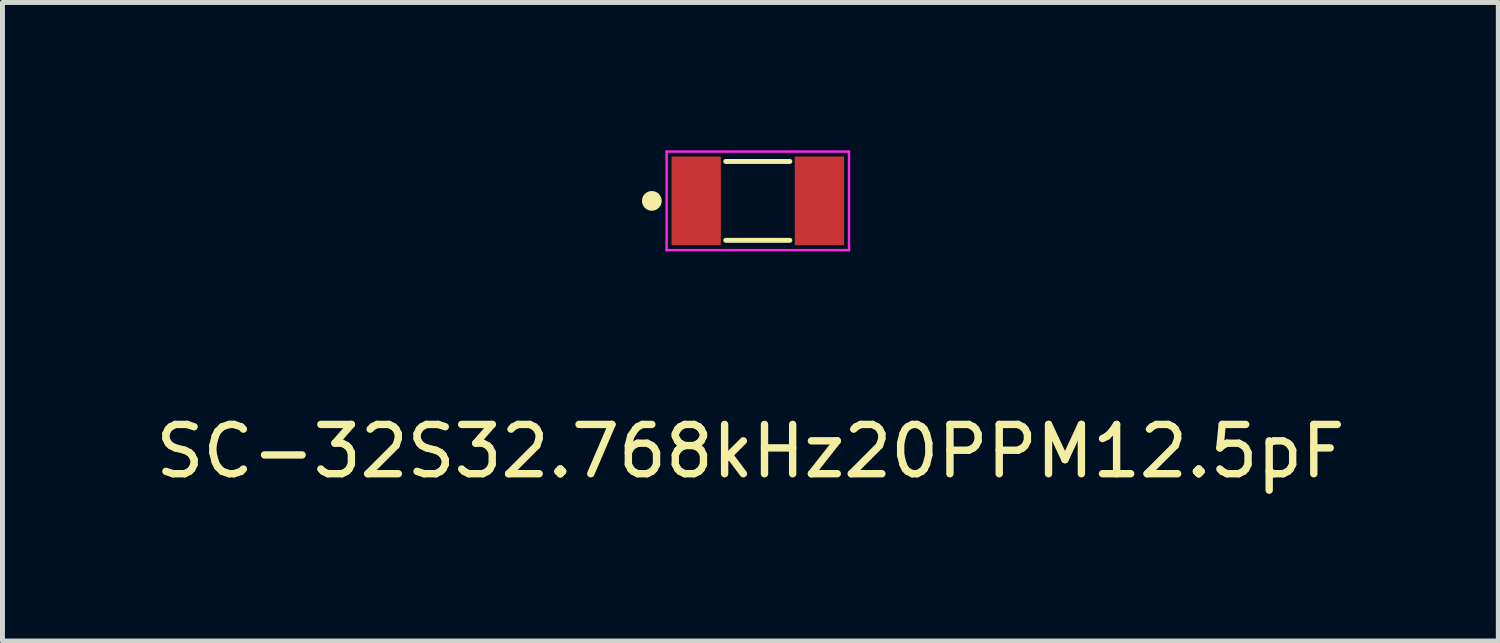
<source format=kicad_pcb>
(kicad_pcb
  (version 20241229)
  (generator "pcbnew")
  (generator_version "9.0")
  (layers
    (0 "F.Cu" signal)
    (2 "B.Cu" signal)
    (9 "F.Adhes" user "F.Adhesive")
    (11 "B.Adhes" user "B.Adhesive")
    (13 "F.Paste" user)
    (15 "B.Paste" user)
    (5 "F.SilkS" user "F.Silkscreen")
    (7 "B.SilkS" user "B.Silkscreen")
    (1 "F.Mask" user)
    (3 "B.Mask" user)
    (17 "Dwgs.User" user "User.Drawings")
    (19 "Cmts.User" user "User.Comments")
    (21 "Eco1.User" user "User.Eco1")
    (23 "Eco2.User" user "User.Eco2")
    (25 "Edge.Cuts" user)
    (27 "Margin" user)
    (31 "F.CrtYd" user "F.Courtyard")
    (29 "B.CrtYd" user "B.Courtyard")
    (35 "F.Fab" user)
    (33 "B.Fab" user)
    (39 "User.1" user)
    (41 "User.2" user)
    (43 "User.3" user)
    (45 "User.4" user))
  (footprint "SC-32S32.768kHz20PPM12.5pF"
    (layer "F.Cu")
    (at 11.573 1.025)
    (property "Reference" "SC-32S32.768kHz20PPM12.5pF" (at 0.6 5.08 0) (layer "F.SilkS") (effects (font (size 1 1) (thickness 0.15))))
    (attr through_hole)
    (fp_line (start 0.1 -0.8) (end 1.4 -0.8) (stroke (width 0.1) (type default)) (layer "F.SilkS"))
    (fp_line (start 0.1 0.8) (end 1.4 0.8) (stroke (width 0.1) (type default)) (layer "F.SilkS"))
    (fp_circle (center -1.4 0) (end -1.3 0) (stroke (width 0.2) (type default)) (fill no) (layer "F.SilkS"))
    (fp_line (start -1.1 -1) (end 2.6 -1) (stroke (width 0.05) (type default)) (layer "F.CrtYd"))
    (fp_line (start -1.1 1) (end -1.1 -1) (stroke (width 0.05) (type default)) (layer "F.CrtYd"))
    (fp_line (start 2.6 -1) (end 2.6 1) (stroke (width 0.05) (type default)) (layer "F.CrtYd"))
    (fp_line (start 2.6 1) (end -1.1 1) (stroke (width 0.05) (type default)) (layer "F.CrtYd"))
    (pad "1" smd rect (at -0.5 0) (size 1 1.8) (layers "F.Cu" "F.Mask" "F.Paste"))
    (pad "2" smd rect (at 2 0) (size 1 1.8) (layers "F.Cu" "F.Mask" "F.Paste")))
  (gr_rect
    (start -3 -3)
    (end 27.345 9.953)
    (stroke (width 0.1) (type default))
    (fill no)
    (layer "Edge.Cuts")))
</source>
